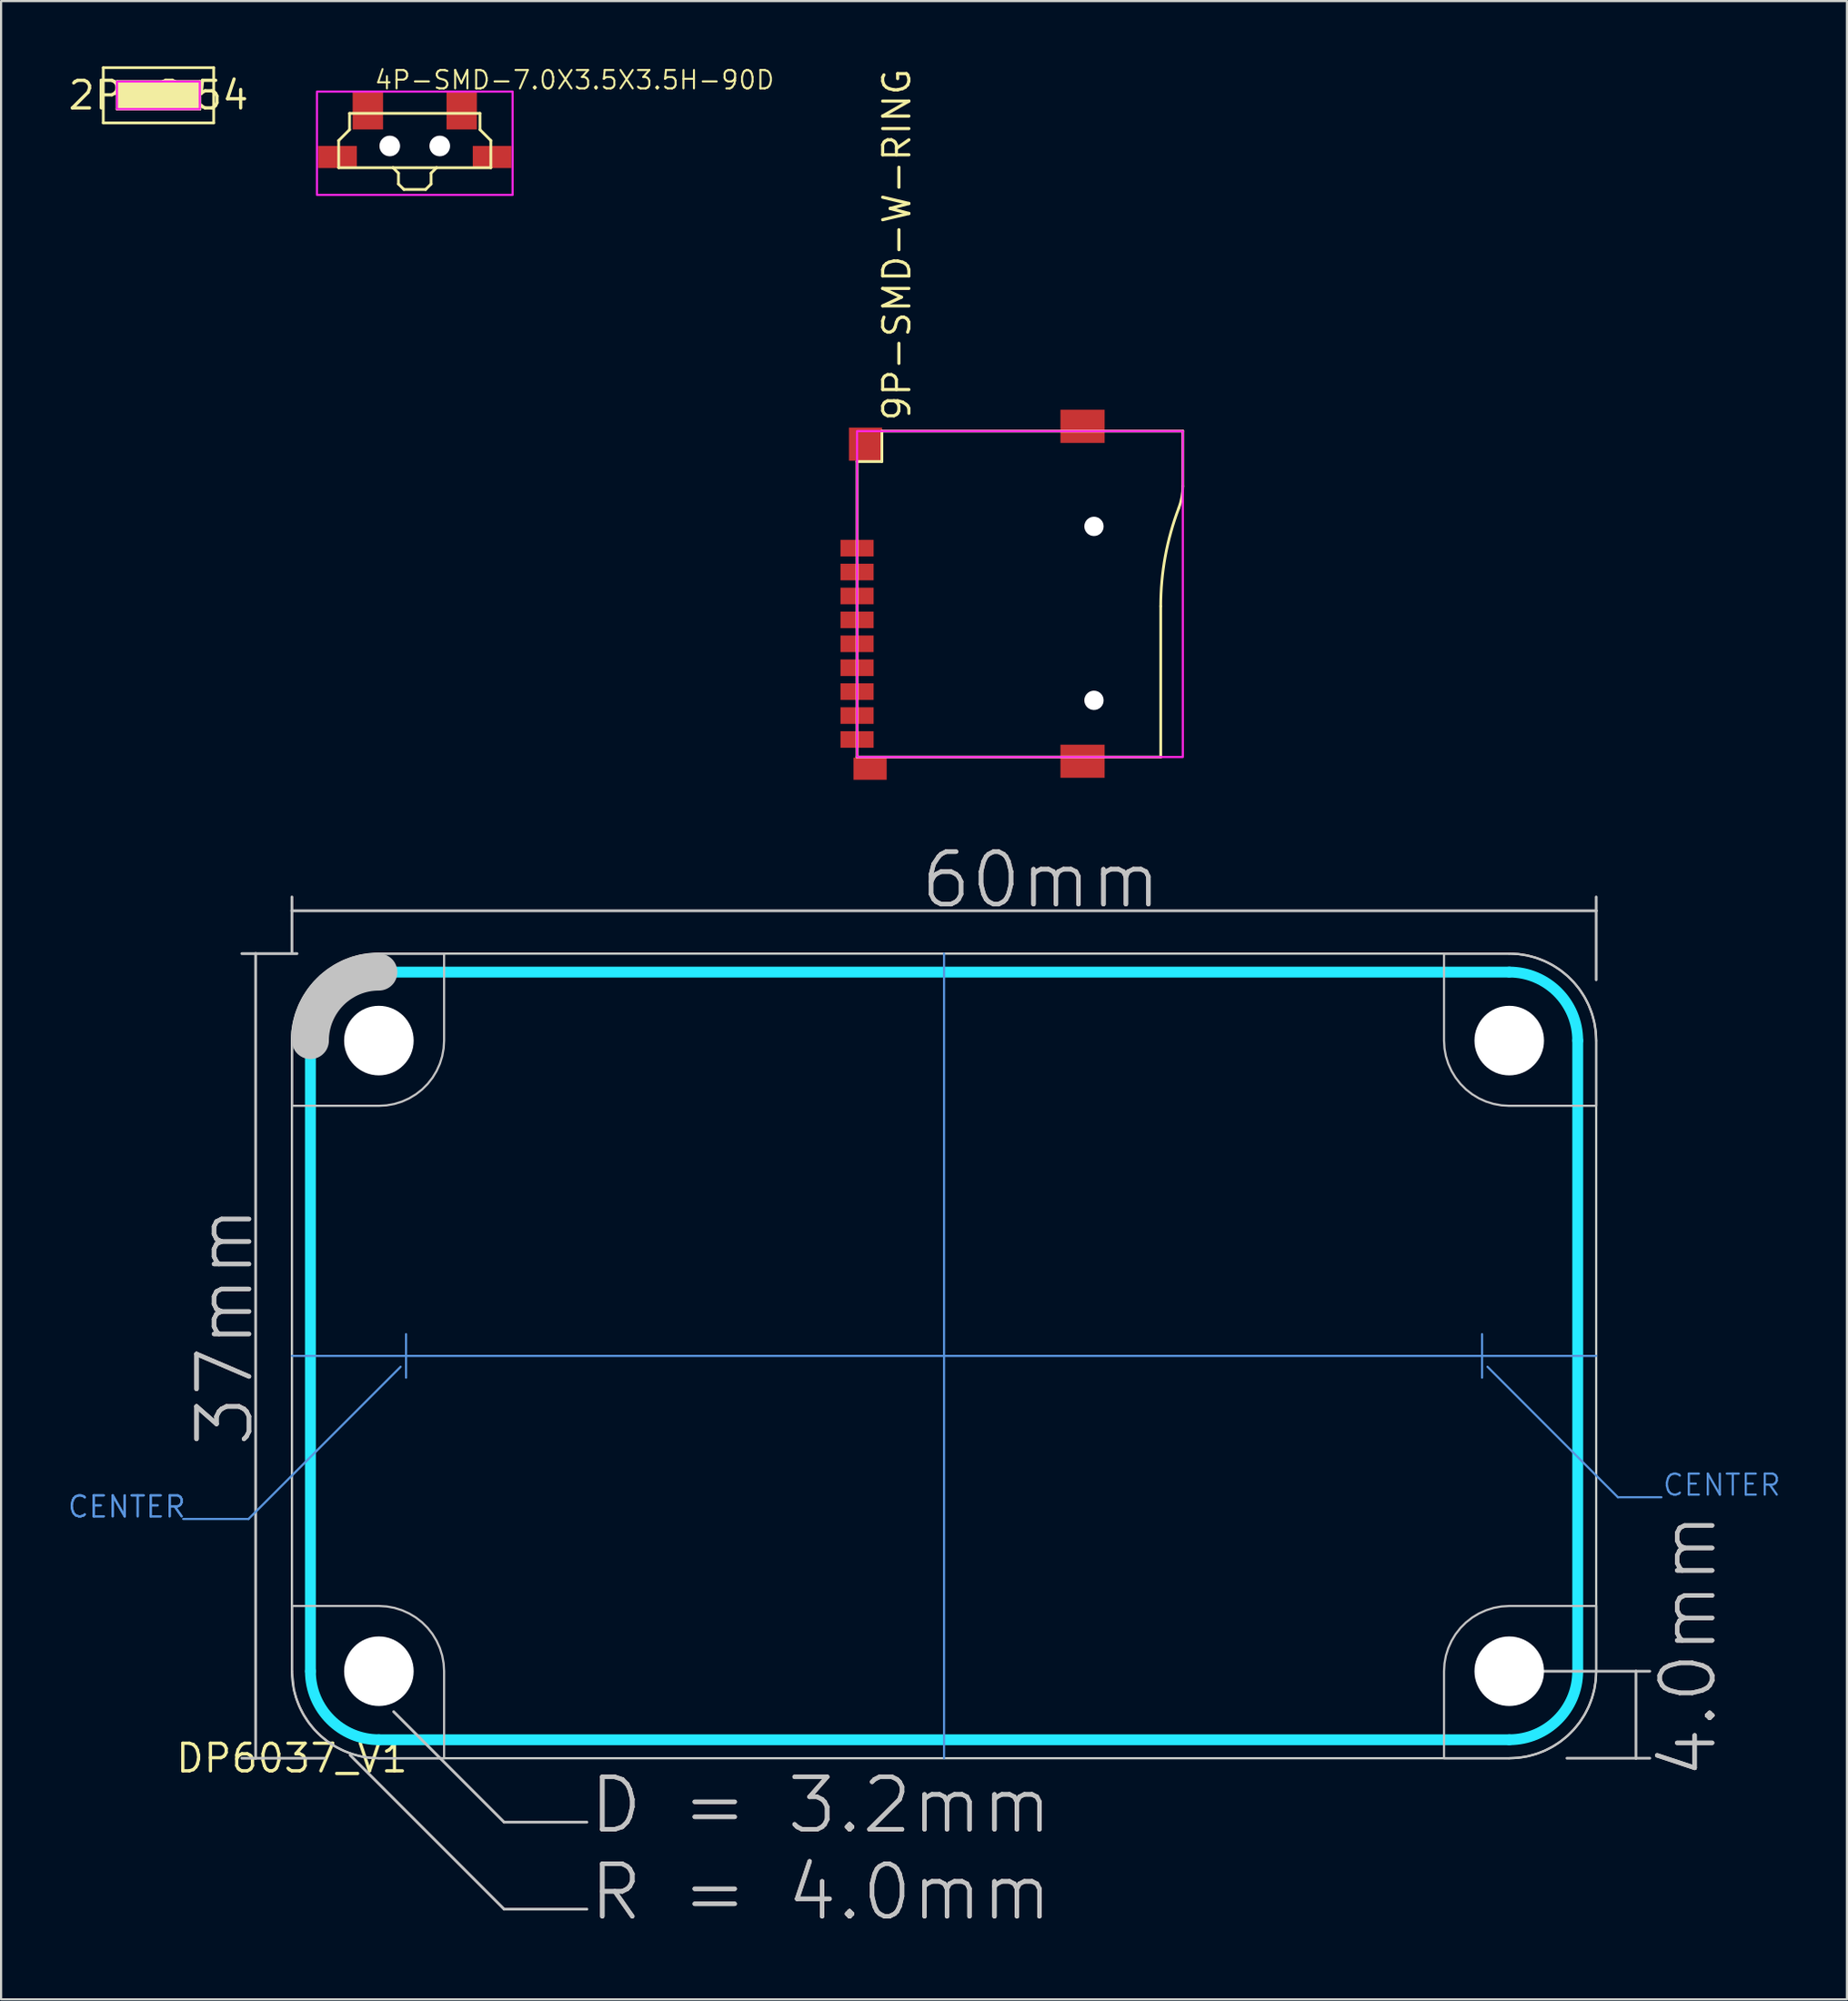
<source format=kicad_pcb>
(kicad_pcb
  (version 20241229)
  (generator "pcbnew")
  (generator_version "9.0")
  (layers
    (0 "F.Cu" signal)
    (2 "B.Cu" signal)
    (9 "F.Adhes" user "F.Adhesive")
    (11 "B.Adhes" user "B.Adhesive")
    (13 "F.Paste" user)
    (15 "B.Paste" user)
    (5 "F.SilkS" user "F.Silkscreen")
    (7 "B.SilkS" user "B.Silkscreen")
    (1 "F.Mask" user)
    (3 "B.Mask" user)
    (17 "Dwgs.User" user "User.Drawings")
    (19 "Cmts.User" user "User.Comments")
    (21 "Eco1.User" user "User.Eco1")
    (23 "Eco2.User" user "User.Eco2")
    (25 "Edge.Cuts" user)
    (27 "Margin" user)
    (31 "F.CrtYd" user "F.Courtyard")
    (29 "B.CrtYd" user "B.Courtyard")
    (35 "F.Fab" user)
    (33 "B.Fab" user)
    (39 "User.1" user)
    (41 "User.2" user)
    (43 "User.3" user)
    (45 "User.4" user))
  (footprint "4P-SMD-7.0X3.5X3.5H-90D"
    (layer "F.Cu")
    (at 16.031 3.663)
    (property "Reference" "4P-SMD-7.0X3.5X3.5H-90D" (at -1.905 -2.54 0) (layer "F.SilkS") (effects (font (size 0.845 0.845) (thickness 0.093)) (justify left bottom)))
    (attr smd)
    (fp_line (start -3.5 -0.25) (end -3 -0.75) (stroke (width 0.127) (type solid)) (layer "F.SilkS"))
    (fp_line (start -3.5 1) (end -3.5 -0.25) (stroke (width 0.127) (type solid)) (layer "F.SilkS"))
    (fp_line (start -3.5 1) (end -1 1) (stroke (width 0.127) (type solid)) (layer "F.SilkS"))
    (fp_line (start -3 -1.5) (end 3 -1.5) (stroke (width 0.127) (type solid)) (layer "F.SilkS"))
    (fp_line (start -3 -0.75) (end -3 -1.5) (stroke (width 0.127) (type solid)) (layer "F.SilkS"))
    (fp_line (start -1 1) (end -0.75 1.25) (stroke (width 0.127) (type solid)) (layer "F.SilkS"))
    (fp_line (start -0.75 1.25) (end -0.75 1.75) (stroke (width 0.127) (type solid)) (layer "F.SilkS"))
    (fp_line (start -0.75 1.75) (end -0.5 2) (stroke (width 0.127) (type solid)) (layer "F.SilkS"))
    (fp_line (start -0.5 2) (end 0.5 2) (stroke (width 0.127) (type solid)) (layer "F.SilkS"))
    (fp_line (start 0.5 2) (end 0.75 1.75) (stroke (width 0.127) (type solid)) (layer "F.SilkS"))
    (fp_line (start 0.75 1.25) (end 1 1) (stroke (width 0.127) (type solid)) (layer "F.SilkS"))
    (fp_line (start 0.75 1.75) (end 0.75 1.25) (stroke (width 0.127) (type solid)) (layer "F.SilkS"))
    (fp_line (start 1 1) (end -1 1) (stroke (width 0.127) (type solid)) (layer "F.SilkS"))
    (fp_line (start 3 -1.5) (end 3 -0.75) (stroke (width 0.127) (type solid)) (layer "F.SilkS"))
    (fp_line (start 3 -0.75) (end 3.5 -0.25) (stroke (width 0.127) (type solid)) (layer "F.SilkS"))
    (fp_line (start 3.5 -0.25) (end 3.5 1) (stroke (width 0.127) (type solid)) (layer "F.SilkS"))
    (fp_line (start 3.5 1) (end 1 1) (stroke (width 0.127) (type solid)) (layer "F.SilkS"))
    (fp_poly (pts (xy 4.5 2.25) (xy -4.5 2.25) (xy -4.5 -2.5) (xy 4.5 -2.5)) (stroke (width 0.1) (type solid)) (fill no) (layer "F.CrtYd"))
    (pad "" np_thru_hole circle (at -1.15 0) (size 0.95 0.95) (drill 0.95) (layers "*.Cu" "*.Mask"))
    (pad "" np_thru_hole circle (at 1.15 0) (size 0.95 0.95) (drill 0.95) (layers "*.Cu" "*.Mask"))
    (pad "1" smd rect (at -2.159 -1.651 90) (size 1.778 1.397) (layers "F.Cu" "F.Mask" "F.Paste"))
    (pad "2" smd rect (at 2.159 -1.651 90) (size 1.778 1.397) (layers "F.Cu" "F.Mask" "F.Paste"))
    (pad "S1" smd rect (at -3.556 0.508) (size 1.778 1.016) (layers "F.Cu" "F.Mask" "F.Paste"))
    (pad "S2" smd rect (at 3.556 0.508) (size 1.778 1.016) (layers "F.Cu" "F.Mask" "F.Paste")))
  (footprint "9P-SMD-W-RING"
    (layer "F.Cu")
    (at 43.87 24.269)
    (property "Reference" "9P-SMD-W-RING" (at -4.953 -7.874 270) (layer "F.SilkS") (effects (font (size 1.206 1.206) (thickness 0.145)) (justify left bottom)))
    (attr smd)
    (fp_line (start -7.493 -6.096) (end -6.35 -6.096) (stroke (width 0.127) (type solid)) (layer "F.SilkS"))
    (fp_line (start -7.493 7.493) (end -7.493 -6.096) (stroke (width 0.127) (type solid)) (layer "F.SilkS"))
    (fp_line (start -6.35 -7.493) (end 7.493 -7.493) (stroke (width 0.127) (type solid)) (layer "F.SilkS"))
    (fp_line (start -6.35 -6.096) (end -6.35 -7.493) (stroke (width 0.127) (type solid)) (layer "F.SilkS"))
    (fp_line (start 6.477 0.559) (end 6.477 7.493) (stroke (width 0.127) (type solid)) (layer "F.SilkS"))
    (fp_line (start 6.477 7.493) (end -7.493 7.493) (stroke (width 0.127) (type solid)) (layer "F.SilkS"))
    (fp_line (start 7.493 -7.493) (end 7.493 -4.962) (stroke (width 0.127) (type solid)) (layer "F.SilkS"))
    (fp_arc (start 6.477 0.5591) (mid 6.686734 -1.739408) (end 7.309 -3.962) (stroke (width 0.127) (type solid)) (layer "F.SilkS"))
    (fp_arc (start 7.493 -4.9619) (mid 7.446621 -4.453555) (end 7.309 -3.962) (stroke (width 0.127) (type solid)) (layer "F.SilkS"))
    (fp_poly (pts (xy -7.493 7.493) (xy 7.493 7.493) (xy 7.493 -7.493) (xy -7.493 -7.493)) (stroke (width 0.1) (type solid)) (fill no) (layer "F.CrtYd"))
    (pad "" np_thru_hole circle (at 3.407 -3.114) (size 0.889 0.889) (drill 0.889) (layers "*.Cu" "*.Mask"))
    (pad "" np_thru_hole circle (at 3.407 4.886) (size 0.889 0.889) (drill 0.889) (layers "*.Cu" "*.Mask"))
    (pad "1" smd rect (at -7.493 -2.114) (size 1.524 0.762) (layers "F.Cu" "F.Mask" "F.Paste"))
    (pad "2" smd rect (at -7.493 -1.014) (size 1.524 0.762) (layers "F.Cu" "F.Mask" "F.Paste"))
    (pad "3" smd rect (at -7.493 0.086) (size 1.524 0.762) (layers "F.Cu" "F.Mask" "F.Paste"))
    (pad "4" smd rect (at -7.493 1.186) (size 1.524 0.762) (layers "F.Cu" "F.Mask" "F.Paste"))
    (pad "5" smd rect (at -7.493 2.286) (size 1.524 0.762) (layers "F.Cu" "F.Mask" "F.Paste"))
    (pad "6" smd rect (at -7.493 3.386) (size 1.524 0.762) (layers "F.Cu" "F.Mask" "F.Paste"))
    (pad "7" smd rect (at -7.493 4.486) (size 1.524 0.762) (layers "F.Cu" "F.Mask" "F.Paste"))
    (pad "8" smd rect (at -7.493 5.586) (size 1.524 0.762) (layers "F.Cu" "F.Mask" "F.Paste"))
    (pad "9" smd rect (at -7.493 6.686) (size 1.524 0.762) (layers "F.Cu" "F.Mask" "F.Paste"))
    (pad "G1" smd rect (at -6.893 8.032) (size 1.524 1.016) (layers "F.Cu" "F.Mask" "F.Paste"))
    (pad "G2" smd rect (at 2.88 7.686) (size 2.032 1.524) (layers "F.Cu" "F.Mask" "F.Paste"))
    (pad "G3" smd rect (at 2.88 -7.714) (size 2.032 1.524) (layers "F.Cu" "F.Mask" "F.Paste"))
    (pad "G4" smd rect (at -7.101 -6.895) (size 1.524 1.524) (layers "F.Cu" "F.Mask" "F.Paste")))
  (footprint "DP6037_V1"
    (layer "F.Cu")
    (at 10.38 77.801)
    (property "Reference" "DP6037_V1" (at 0 0 0) (layer "F.SilkS") (effects (font (size 1.27 1.27) (thickness 0.15))))
    (attr through_hole)
    (fp_line (start -2.305 -37) (end -1.67 -37) (stroke (width 0.127) (type solid)) (layer "Dwgs.User"))
    (fp_line (start -2.305 0) (end -1.67 0) (stroke (width 0.127) (type solid)) (layer "Dwgs.User"))
    (fp_line (start -1.67 -37) (end 0.235 -37) (stroke (width 0.127) (type solid)) (layer "Dwgs.User"))
    (fp_line (start -1.67 0) (end -1.67 -37) (stroke (width 0.127) (type solid)) (layer "Dwgs.User"))
    (fp_line (start -1.67 0) (end 1.505 0) (stroke (width 0.127) (type solid)) (layer "Dwgs.User"))
    (fp_line (start 0 -39.605) (end 0 -38.97) (stroke (width 0.127) (type solid)) (layer "Dwgs.User"))
    (fp_line (start 0 -38.97) (end 0 -37.065) (stroke (width 0.127) (type solid)) (layer "Dwgs.User"))
    (fp_line (start 0 -38.97) (end 60 -38.97) (stroke (width 0.127) (type solid)) (layer "Dwgs.User"))
    (fp_line (start 2.68 -0.14) (end 9.76 6.94) (stroke (width 0.127) (type solid)) (layer "Dwgs.User"))
    (fp_line (start 4.68 -2.14) (end 9.76 2.94) (stroke (width 0.127) (type solid)) (layer "Dwgs.User"))
    (fp_line (start 9.76 2.94) (end 13.57 2.94) (stroke (width 0.127) (type solid)) (layer "Dwgs.User"))
    (fp_line (start 9.76 6.94) (end 13.57 6.94) (stroke (width 0.127) (type solid)) (layer "Dwgs.User"))
    (fp_line (start 56 -4) (end 61.83 -4) (stroke (width 0.127) (type solid)) (layer "Dwgs.User"))
    (fp_line (start 58.655 0) (end 61.83 0) (stroke (width 0.127) (type solid)) (layer "Dwgs.User"))
    (fp_line (start 60 -39.605) (end 60 -38.97) (stroke (width 0.127) (type solid)) (layer "Dwgs.User"))
    (fp_line (start 60 -38.97) (end 60 -35.795) (stroke (width 0.127) (type solid)) (layer "Dwgs.User"))
    (fp_line (start 61.83 -4) (end 61.83 0) (stroke (width 0.127) (type solid)) (layer "Dwgs.User"))
    (fp_line (start 61.83 -4) (end 62.465 -4) (stroke (width 0.127) (type solid)) (layer "Dwgs.User"))
    (fp_line (start 61.83 0) (end 62.465 0) (stroke (width 0.127) (type solid)) (layer "Dwgs.User"))
    (fp_arc (start 0.85 -33) (mid 1.772614 -35.227386) (end 4 -36.15) (stroke (width 1.7) (type solid)) (layer "Dwgs.User"))
    (fp_poly (pts (xy 0 -7) (xy 4 -7) (xy 4.362 -6.978) (xy 4.718 -6.913) (xy 5.064 -6.805) (xy 5.394 -6.656) (xy 5.704 -6.469) (xy 5.989 -6.246) (xy 6.246 -5.989) (xy 6.469 -5.704) (xy 6.656 -5.394) (xy 6.805 -5.064) (xy 6.913 -4.718) (xy 6.978 -4.362) (xy 7 -4) (xy 7 0) (xy 4 0) (xy 3.582 -0.022) (xy 3.168 -0.087) (xy 2.764 -0.196) (xy 2.373 -0.346) (xy 2 -0.536) (xy 1.649 -0.764) (xy 1.323 -1.027) (xy 1.027 -1.323) (xy 0.764 -1.649) (xy 0.536 -2) (xy 0.346 -2.373) (xy 0.196 -2.764) (xy 0.087 -3.168) (xy 0 -4)) (stroke (width 0.1) (type solid)) (fill no) (layer "Dwgs.User"))
    (fp_poly (pts (xy 7 -37) (xy 7 -33) (xy 6.978 -32.638) (xy 6.913 -32.282) (xy 6.805 -31.936) (xy 6.656 -31.606) (xy 6.469 -31.296) (xy 6.246 -31.011) (xy 5.989 -30.754) (xy 5.704 -30.531) (xy 5.394 -30.344) (xy 5.064 -30.195) (xy 4.718 -30.087) (xy 4.362 -30.022) (xy 4 -30) (xy 0 -30) (xy 0 -33) (xy 0.022 -33.418) (xy 0.087 -33.832) (xy 0.196 -34.236) (xy 0.346 -34.627) (xy 0.536 -35) (xy 0.764 -35.351) (xy 1.027 -35.677) (xy 1.323 -35.973) (xy 1.649 -36.236) (xy 2 -36.464) (xy 2.373 -36.654) (xy 2.764 -36.804) (xy 3.168 -36.913) (xy 4 -37)) (stroke (width 0.1) (type solid)) (fill no) (layer "Dwgs.User"))
    (fp_poly (pts (xy 53 0) (xy 53 -4) (xy 53.022 -4.362) (xy 53.087 -4.718) (xy 53.195 -5.064) (xy 53.344 -5.394) (xy 53.531 -5.704) (xy 53.754 -5.989) (xy 54.011 -6.246) (xy 54.296 -6.469) (xy 54.606 -6.656) (xy 54.936 -6.805) (xy 55.282 -6.913) (xy 55.638 -6.978) (xy 56 -7) (xy 60 -7) (xy 60 -4) (xy 59.978 -3.582) (xy 59.913 -3.168) (xy 59.804 -2.764) (xy 59.654 -2.373) (xy 59.464 -2) (xy 59.236 -1.649) (xy 58.973 -1.323) (xy 58.677 -1.027) (xy 58.351 -0.764) (xy 58 -0.536) (xy 57.627 -0.346) (xy 57.236 -0.196) (xy 56.832 -0.087) (xy 56.418 -0.022) (xy 56 0)) (stroke (width 0.1) (type solid)) (fill no) (layer "Dwgs.User"))
    (fp_poly (pts (xy 60 -30) (xy 56 -30) (xy 55.638 -30.022) (xy 55.282 -30.087) (xy 54.936 -30.195) (xy 54.606 -30.344) (xy 54.296 -30.531) (xy 54.011 -30.754) (xy 53.754 -31.011) (xy 53.531 -31.296) (xy 53.344 -31.606) (xy 53.195 -31.936) (xy 53.087 -32.282) (xy 53.022 -32.638) (xy 53 -33) (xy 53 -37) (xy 56 -37) (xy 56.418 -36.978) (xy 56.832 -36.913) (xy 57.236 -36.804) (xy 57.627 -36.654) (xy 58 -36.464) (xy 58.351 -36.236) (xy 58.677 -35.973) (xy 58.973 -35.677) (xy 59.236 -35.351) (xy 59.464 -35) (xy 59.654 -34.627) (xy 59.804 -34.236) (xy 59.913 -33.832) (xy 59.978 -33.418) (xy 60 -33)) (stroke (width 0.1) (type solid)) (fill no) (layer "Dwgs.User"))
    (fp_line (start -2 -11) (end -5 -11) (stroke (width 0.1) (type solid)) (layer "Cmts.User"))
    (fp_line (start 0 -18.5) (end 60 -18.5) (stroke (width 0.1) (type solid)) (layer "Cmts.User"))
    (fp_line (start 5 -18) (end -2 -11) (stroke (width 0.1) (type solid)) (layer "Cmts.User"))
    (fp_line (start 5.25 -19.5) (end 5.25 -17.5) (stroke (width 0.1) (type solid)) (layer "Cmts.User"))
    (fp_line (start 30 -37) (end 30 0) (stroke (width 0.1) (type solid)) (layer "Cmts.User"))
    (fp_line (start 54.75 -19.5) (end 54.75 -17.5) (stroke (width 0.1) (type solid)) (layer "Cmts.User"))
    (fp_line (start 55 -18) (end 61 -12) (stroke (width 0.1) (type solid)) (layer "Cmts.User"))
    (fp_line (start 61 -12) (end 63 -12) (stroke (width 0.1) (type solid)) (layer "Cmts.User"))
    (fp_line (start 0 -33) (end 0 -4) (stroke (width 0.1) (type solid)) (layer "Edge.Cuts"))
    (fp_line (start 4 0) (end 56 0) (stroke (width 0.1) (type solid)) (layer "Edge.Cuts"))
    (fp_line (start 56 -37) (end 4 -37) (stroke (width 0.1) (type solid)) (layer "Edge.Cuts"))
    (fp_line (start 60 -4) (end 60 -33) (stroke (width 0.1) (type solid)) (layer "Edge.Cuts"))
    (fp_arc (start 0 -33) (mid 1.171573 -35.828427) (end 4 -37) (stroke (width 0.1) (type solid)) (layer "Edge.Cuts"))
    (fp_arc (start 4 0) (mid 1.171573 -1.171573) (end 0 -4) (stroke (width 0.1) (type solid)) (layer "Edge.Cuts"))
    (fp_arc (start 56 -37) (mid 58.828427 -35.828427) (end 60 -33) (stroke (width 0.1) (type solid)) (layer "Edge.Cuts"))
    (fp_arc (start 60 -4) (mid 58.828427 -1.171573) (end 56 0) (stroke (width 0.1) (type solid)) (layer "Edge.Cuts"))
    (fp_line (start 0.85 -4) (end 0.85 -33) (stroke (width 0.5) (type solid)) (layer "B.CrtYd"))
    (fp_line (start 4 -36.15) (end 56 -36.15) (stroke (width 0.5) (type solid)) (layer "B.CrtYd"))
    (fp_line (start 56 -0.85) (end 4 -0.85) (stroke (width 0.5) (type solid)) (layer "B.CrtYd"))
    (fp_line (start 59.15 -33) (end 59.15 -4) (stroke (width 0.5) (type solid)) (layer "B.CrtYd"))
    (fp_arc (start 0.85 -33) (mid 1.772614 -35.227386) (end 4 -36.15) (stroke (width 0.5) (type solid)) (layer "B.CrtYd"))
    (fp_arc (start 4 -0.85) (mid 1.772614 -1.772614) (end 0.85 -4) (stroke (width 0.5) (type solid)) (layer "B.CrtYd"))
    (fp_arc (start 56 -36.15) (mid 58.227386 -35.227386) (end 59.15 -33) (stroke (width 0.5) (type solid)) (layer "B.CrtYd"))
    (fp_arc (start 59.15 -4) (mid 58.227386 -1.772614) (end 56 -0.85) (stroke (width 0.5) (type solid)) (layer "B.CrtYd"))
    (fp_text user "4.0mm" (at 65.64 1.035 90) (layer "Dwgs.User") (effects (font (size 2.413 2.413) (thickness 0.203)) (justify left bottom)))
    (fp_text user "37mm" (at -1.67 -14.205 90) (layer "Dwgs.User") (effects (font (size 2.413 2.413) (thickness 0.203)) (justify left bottom)))
    (fp_text user "D = 3.2mm" (at 13.57 3.575 0) (layer "Dwgs.User") (effects (font (size 2.413 2.413) (thickness 0.203)) (justify left bottom)))
    (fp_text user "60mm" (at 28.81 -38.97 0) (layer "Dwgs.User") (effects (font (size 2.413 2.413) (thickness 0.203)) (justify left bottom)))
    (fp_text user "R = 4.0mm" (at 13.57 7.575 0) (layer "Dwgs.User") (effects (font (size 2.413 2.413) (thickness 0.203)) (justify left bottom)))
    (fp_text user "R = 4.0mm" (at 13.57 7.575 0) (layer "Dwgs.User") (effects (font (size 2.413 2.413) (thickness 0.203)) (justify left bottom)))
    (fp_text user "D = 3.2mm" (at 13.57 3.575 0) (layer "Dwgs.User") (effects (font (size 2.413 2.413) (thickness 0.203)) (justify left bottom)))
    (fp_text user "60mm" (at 28.81 -38.97 0) (layer "Dwgs.User") (effects (font (size 2.413 2.413) (thickness 0.203)) (justify left bottom)))
    (fp_text user "37mm" (at -1.67 -14.205 90) (layer "Dwgs.User") (effects (font (size 2.413 2.413) (thickness 0.203)) (justify left bottom)))
    (fp_text user "4.0mm" (at 65.64 1.035 90) (layer "Dwgs.User") (effects (font (size 2.413 2.413) (thickness 0.203)) (justify left bottom)))
    (fp_text user "CENTER" (at -10.38 -11 0) (layer "Cmts.User") (effects (font (size 0.965 0.965) (thickness 0.102)) (justify left bottom)))
    (fp_text user "CENTER" (at -10.38 -11 0) (layer "Cmts.User") (effects (font (size 0.965 0.965) (thickness 0.102)) (justify left bottom)))
    (fp_text user "CENTER" (at 63 -12 0) (layer "Cmts.User") (effects (font (size 0.965 0.965) (thickness 0.102)) (justify left bottom)))
    (pad "" np_thru_hole circle (at 4 -33) (size 3.2 3.2) (drill 3.2) (layers "*.Cu" "*.Mask"))
    (pad "" np_thru_hole circle (at 4 -4) (size 3.2 3.2) (drill 3.2) (layers "*.Cu" "*.Mask"))
    (pad "" np_thru_hole circle (at 56 -33) (size 3.2 3.2) (drill 3.2) (layers "*.Cu" "*.Mask"))
    (pad "" np_thru_hole circle (at 56 -4) (size 3.2 3.2) (drill 3.2) (layers "*.Cu" "*.Mask")))
  (footprint "2P-2.54"
    (layer "F.Cu")
    (at 4.241 1.333)
    (property "Reference" "2P-2.54" (at 0 0 0) (layer "F.SilkS") (effects (font (size 1.27 1.27) (thickness 0.15))))
    (attr through_hole)
    (fp_line (start -2.54 -1.27) (end 2.54 -1.27) (stroke (width 0.127) (type solid)) (layer "F.SilkS"))
    (fp_line (start -2.54 1.27) (end -2.54 -1.27) (stroke (width 0.127) (type solid)) (layer "F.SilkS"))
    (fp_line (start -1.905 -0.635) (end 1.905 -0.635) (stroke (width 0.127) (type solid)) (layer "F.SilkS"))
    (fp_line (start -1.905 0.635) (end -1.905 -0.635) (stroke (width 0.127) (type solid)) (layer "F.SilkS"))
    (fp_line (start 1.905 -0.635) (end 1.905 0.635) (stroke (width 0.127) (type solid)) (layer "F.SilkS"))
    (fp_line (start 1.905 0.635) (end -1.905 0.635) (stroke (width 0.127) (type solid)) (layer "F.SilkS"))
    (fp_line (start 2.54 -1.27) (end 2.54 1.27) (stroke (width 0.127) (type solid)) (layer "F.SilkS"))
    (fp_line (start 2.54 1.27) (end -2.54 1.27) (stroke (width 0.127) (type solid)) (layer "F.SilkS"))
    (fp_poly (pts (xy -1.905 -0.635) (xy 1.905 -0.635) (xy 1.905 0.635) (xy -1.905 0.635)) (stroke (width 0) (type solid)) (fill yes) (layer "F.SilkS"))
    (fp_poly (pts (xy -1.91 -0.635) (xy 1.9 -0.635) (xy 1.9 0.635) (xy -1.91 0.635)) (stroke (width 0.1) (type solid)) (fill no) (layer "F.CrtYd")))
  (gr_rect
    (start -3 -3)
    (end 81.915 88.89)
    (stroke (width 0.1) (type default))
    (fill no)
    (layer "Edge.Cuts")))
</source>
